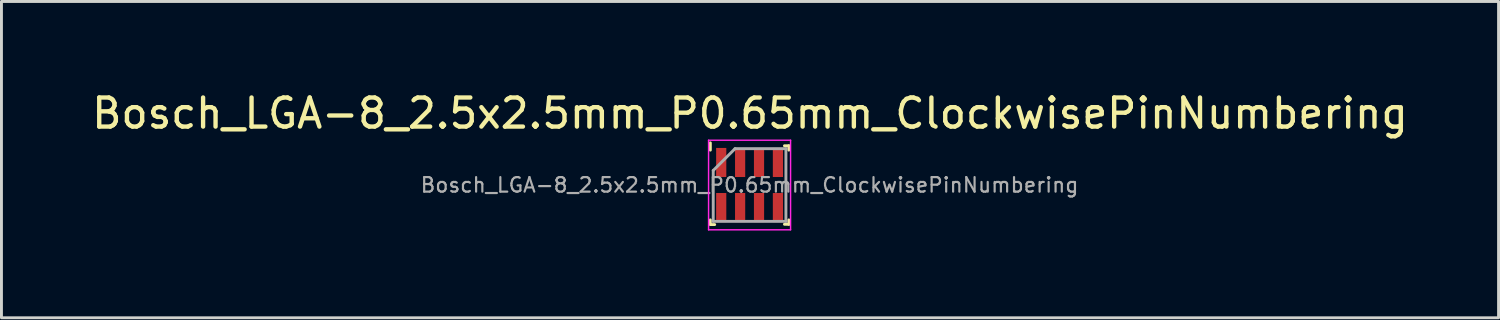
<source format=kicad_pcb>
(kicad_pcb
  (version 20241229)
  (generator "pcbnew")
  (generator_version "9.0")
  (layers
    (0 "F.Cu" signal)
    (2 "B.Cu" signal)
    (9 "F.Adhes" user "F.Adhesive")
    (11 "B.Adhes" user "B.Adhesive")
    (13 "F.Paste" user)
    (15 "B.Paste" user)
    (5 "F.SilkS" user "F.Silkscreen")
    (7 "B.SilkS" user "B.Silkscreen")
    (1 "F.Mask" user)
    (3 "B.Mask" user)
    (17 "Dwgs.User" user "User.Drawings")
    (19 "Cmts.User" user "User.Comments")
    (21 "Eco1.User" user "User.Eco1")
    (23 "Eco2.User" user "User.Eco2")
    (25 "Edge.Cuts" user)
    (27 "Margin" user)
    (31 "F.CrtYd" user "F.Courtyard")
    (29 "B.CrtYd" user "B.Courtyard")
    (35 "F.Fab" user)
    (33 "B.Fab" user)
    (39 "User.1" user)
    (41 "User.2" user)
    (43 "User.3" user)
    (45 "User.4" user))
  (footprint "Bosch_LGA-8_2.5x2.5mm_P0.65mm_ClockwisePinNumbering"
    (layer "F.Cu")
    (at 22.729 3.313)
    (property "Reference" "Bosch_LGA-8_2.5x2.5mm_P0.65mm_ClockwisePinNumbering" (at 0.015 -2.465 0) (layer "F.SilkS") (effects (font (size 1 1) (thickness 0.15))))
    (attr smd)
    (fp_line (start -1.35 -1.2) (end -1.35 -1.45) (stroke (width 0.1) (type solid)) (layer "F.SilkS"))
    (fp_line (start -1.35 1.35) (end -1.35 1.2) (stroke (width 0.1) (type solid)) (layer "F.SilkS"))
    (fp_line (start -1.35 1.36) (end -1.2 1.36) (stroke (width 0.1) (type solid)) (layer "F.SilkS"))
    (fp_line (start 1.2 -1.35) (end 1.35 -1.35) (stroke (width 0.1) (type solid)) (layer "F.SilkS"))
    (fp_line (start 1.35 -1.35) (end 1.35 -1.2) (stroke (width 0.1) (type solid)) (layer "F.SilkS"))
    (fp_line (start 1.35 1.35) (end 1.2 1.35) (stroke (width 0.1) (type solid)) (layer "F.SilkS"))
    (fp_line (start 1.35 1.35) (end 1.35 1.2) (stroke (width 0.1) (type solid)) (layer "F.SilkS"))
    (fp_line (start -1.41 -1.54) (end 1.41 -1.54) (stroke (width 0.05) (type solid)) (layer "F.CrtYd"))
    (fp_line (start -1.41 1.54) (end -1.41 -1.54) (stroke (width 0.05) (type solid)) (layer "F.CrtYd"))
    (fp_line (start 1.41 -1.54) (end 1.41 1.54) (stroke (width 0.05) (type solid)) (layer "F.CrtYd"))
    (fp_line (start 1.41 1.54) (end -1.41 1.54) (stroke (width 0.05) (type solid)) (layer "F.CrtYd"))
    (fp_line (start -1.25 -0.5) (end -0.5 -1.25) (stroke (width 0.1) (type solid)) (layer "F.Fab"))
    (fp_line (start -1.25 1.25) (end -1.25 -0.5) (stroke (width 0.1) (type solid)) (layer "F.Fab"))
    (fp_line (start -0.5 -1.25) (end 1.25 -1.25) (stroke (width 0.1) (type solid)) (layer "F.Fab"))
    (fp_line (start 1.25 -1.25) (end 1.25 1.25) (stroke (width 0.1) (type solid)) (layer "F.Fab"))
    (fp_line (start 1.25 1.25) (end -1.25 1.25) (stroke (width 0.1) (type solid)) (layer "F.Fab"))
    (fp_text user "${REFERENCE}" (at 0 0 180) (layer "F.Fab") (effects (font (size 0.5 0.5) (thickness 0.075))))
    (pad "1" smd rect (at -0.975 -0.775 90) (size 1 0.35) (layers "F.Cu" "F.Mask" "F.Paste"))
    (pad "2" smd rect (at -0.325 -0.775 90) (size 1 0.35) (layers "F.Cu" "F.Mask" "F.Paste"))
    (pad "3" smd rect (at 0.325 -0.775 90) (size 1 0.35) (layers "F.Cu" "F.Mask" "F.Paste"))
    (pad "4" smd rect (at 0.975 -0.775 90) (size 1 0.35) (layers "F.Cu" "F.Mask" "F.Paste"))
    (pad "5" smd rect (at 0.975 0.775 90) (size 1 0.35) (layers "F.Cu" "F.Mask" "F.Paste"))
    (pad "6" smd rect (at 0.325 0.775 90) (size 1 0.35) (layers "F.Cu" "F.Mask" "F.Paste"))
    (pad "7" smd rect (at -0.325 0.775 90) (size 1 0.35) (layers "F.Cu" "F.Mask" "F.Paste"))
    (pad "8" smd rect (at -0.975 0.775 90) (size 1 0.35) (layers "F.Cu" "F.Mask" "F.Paste")))
  (gr_rect
    (start -3 -3)
    (end 48.488 7.878)
    (stroke (width 0.1) (type default))
    (fill no)
    (layer "Edge.Cuts")))
</source>
